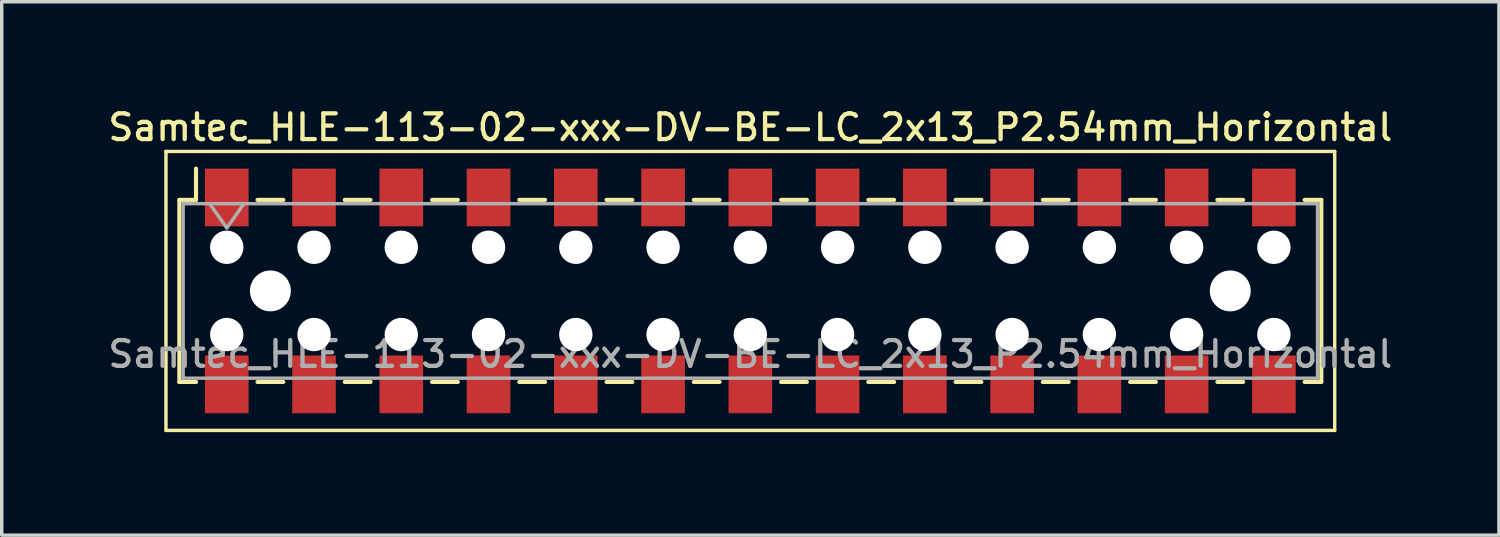
<source format=kicad_pcb>
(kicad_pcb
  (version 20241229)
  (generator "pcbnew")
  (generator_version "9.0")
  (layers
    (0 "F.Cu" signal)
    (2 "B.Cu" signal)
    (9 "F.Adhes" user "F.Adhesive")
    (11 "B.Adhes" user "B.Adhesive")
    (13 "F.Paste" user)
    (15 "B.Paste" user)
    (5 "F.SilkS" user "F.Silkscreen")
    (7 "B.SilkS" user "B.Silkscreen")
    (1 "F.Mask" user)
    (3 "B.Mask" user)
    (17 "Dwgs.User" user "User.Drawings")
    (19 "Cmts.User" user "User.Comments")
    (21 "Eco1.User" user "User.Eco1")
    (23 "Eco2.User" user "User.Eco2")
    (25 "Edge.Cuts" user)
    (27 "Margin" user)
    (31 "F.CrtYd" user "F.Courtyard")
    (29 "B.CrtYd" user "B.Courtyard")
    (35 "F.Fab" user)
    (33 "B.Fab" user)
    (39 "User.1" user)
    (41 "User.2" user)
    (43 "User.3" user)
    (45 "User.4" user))
  (footprint "Samtec_HLE-113-02-xxx-DV-BE-LC_2x13_P2.54mm_Horizontal"
    (layer "F.Cu")
    (at 18.791 5.418)
    (property "Reference" "Samtec_HLE-113-02-xxx-DV-BE-LC_2x13_P2.54mm_Horizontal" (at 0 -4.76 0) (layer "F.SilkS") (effects (font (size 0.75 0.75) (thickness 0.125))))
    (attr smd)
    (fp_line (start -17.01 -4.06) (end 17.01 -4.06) (stroke (width 0.1) (type solid)) (layer "F.SilkS"))
    (fp_line (start -17.01 4.06) (end -17.01 -4.06) (stroke (width 0.1) (type solid)) (layer "F.SilkS"))
    (fp_line (start -16.62 -2.65) (end -16.62 2.65) (stroke (width 0.12) (type solid)) (layer "F.SilkS"))
    (fp_line (start -16.62 2.65) (end -16.135 2.65) (stroke (width 0.12) (type solid)) (layer "F.SilkS"))
    (fp_line (start -16.135 -3.56) (end -16.135 -2.65) (stroke (width 0.12) (type solid)) (layer "F.SilkS"))
    (fp_line (start -16.135 -2.65) (end -16.62 -2.65) (stroke (width 0.12) (type solid)) (layer "F.SilkS"))
    (fp_line (start -14.345 -2.65) (end -13.595 -2.65) (stroke (width 0.12) (type solid)) (layer "F.SilkS"))
    (fp_line (start -14.345 2.65) (end -13.595 2.65) (stroke (width 0.12) (type solid)) (layer "F.SilkS"))
    (fp_line (start -11.805 -2.65) (end -11.055 -2.65) (stroke (width 0.12) (type solid)) (layer "F.SilkS"))
    (fp_line (start -11.805 2.65) (end -11.055 2.65) (stroke (width 0.12) (type solid)) (layer "F.SilkS"))
    (fp_line (start -9.265 -2.65) (end -8.515 -2.65) (stroke (width 0.12) (type solid)) (layer "F.SilkS"))
    (fp_line (start -9.265 2.65) (end -8.515 2.65) (stroke (width 0.12) (type solid)) (layer "F.SilkS"))
    (fp_line (start -6.725 -2.65) (end -5.975 -2.65) (stroke (width 0.12) (type solid)) (layer "F.SilkS"))
    (fp_line (start -6.725 2.65) (end -5.975 2.65) (stroke (width 0.12) (type solid)) (layer "F.SilkS"))
    (fp_line (start -4.185 -2.65) (end -3.435 -2.65) (stroke (width 0.12) (type solid)) (layer "F.SilkS"))
    (fp_line (start -4.185 2.65) (end -3.435 2.65) (stroke (width 0.12) (type solid)) (layer "F.SilkS"))
    (fp_line (start -1.645 -2.65) (end -0.895 -2.65) (stroke (width 0.12) (type solid)) (layer "F.SilkS"))
    (fp_line (start -1.645 2.65) (end -0.895 2.65) (stroke (width 0.12) (type solid)) (layer "F.SilkS"))
    (fp_line (start 0.895 -2.65) (end 1.645 -2.65) (stroke (width 0.12) (type solid)) (layer "F.SilkS"))
    (fp_line (start 0.895 2.65) (end 1.645 2.65) (stroke (width 0.12) (type solid)) (layer "F.SilkS"))
    (fp_line (start 3.435 -2.65) (end 4.185 -2.65) (stroke (width 0.12) (type solid)) (layer "F.SilkS"))
    (fp_line (start 3.435 2.65) (end 4.185 2.65) (stroke (width 0.12) (type solid)) (layer "F.SilkS"))
    (fp_line (start 5.975 -2.65) (end 6.725 -2.65) (stroke (width 0.12) (type solid)) (layer "F.SilkS"))
    (fp_line (start 5.975 2.65) (end 6.725 2.65) (stroke (width 0.12) (type solid)) (layer "F.SilkS"))
    (fp_line (start 8.515 -2.65) (end 9.265 -2.65) (stroke (width 0.12) (type solid)) (layer "F.SilkS"))
    (fp_line (start 8.515 2.65) (end 9.265 2.65) (stroke (width 0.12) (type solid)) (layer "F.SilkS"))
    (fp_line (start 11.055 -2.65) (end 11.805 -2.65) (stroke (width 0.12) (type solid)) (layer "F.SilkS"))
    (fp_line (start 11.055 2.65) (end 11.805 2.65) (stroke (width 0.12) (type solid)) (layer "F.SilkS"))
    (fp_line (start 13.595 -2.65) (end 14.345 -2.65) (stroke (width 0.12) (type solid)) (layer "F.SilkS"))
    (fp_line (start 13.595 2.65) (end 14.345 2.65) (stroke (width 0.12) (type solid)) (layer "F.SilkS"))
    (fp_line (start 16.135 -2.65) (end 16.62 -2.65) (stroke (width 0.12) (type solid)) (layer "F.SilkS"))
    (fp_line (start 16.62 -2.65) (end 16.62 2.65) (stroke (width 0.12) (type solid)) (layer "F.SilkS"))
    (fp_line (start 16.62 2.65) (end 16.135 2.65) (stroke (width 0.12) (type solid)) (layer "F.SilkS"))
    (fp_line (start 17.01 -4.06) (end 17.01 4.06) (stroke (width 0.1) (type solid)) (layer "F.SilkS"))
    (fp_line (start 17.01 4.06) (end -17.01 4.06) (stroke (width 0.1) (type solid)) (layer "F.SilkS"))
    (fp_line (start -16.51 -2.54) (end 16.51 -2.54) (stroke (width 0.1) (type solid)) (layer "F.Fab"))
    (fp_line (start -16.51 2.54) (end -16.51 -2.54) (stroke (width 0.1) (type solid)) (layer "F.Fab"))
    (fp_line (start -15.74 -2.54) (end -15.24 -1.833) (stroke (width 0.1) (type solid)) (layer "F.Fab"))
    (fp_line (start -15.24 -1.833) (end -14.74 -2.54) (stroke (width 0.1) (type solid)) (layer "F.Fab"))
    (fp_line (start 16.51 -2.54) (end 16.51 2.54) (stroke (width 0.1) (type solid)) (layer "F.Fab"))
    (fp_line (start 16.51 2.54) (end -16.51 2.54) (stroke (width 0.1) (type solid)) (layer "F.Fab"))
    (fp_text user "${REFERENCE}" (at 0 1.84 0) (layer "F.Fab") (effects (font (size 0.75 0.75) (thickness 0.125))))
    (pad "" np_thru_hole circle (at -15.24 -1.27) (size 0.97 0.97) (drill 0.97) (layers "*.Cu" "*.Mask"))
    (pad "" np_thru_hole circle (at -15.24 1.27) (size 0.97 0.97) (drill 0.97) (layers "*.Cu" "*.Mask"))
    (pad "" np_thru_hole circle (at -13.97 0) (size 1.19 1.19) (drill 1.19) (layers "*.Cu" "*.Mask"))
    (pad "" np_thru_hole circle (at -12.7 -1.27) (size 0.97 0.97) (drill 0.97) (layers "*.Cu" "*.Mask"))
    (pad "" np_thru_hole circle (at -12.7 1.27) (size 0.97 0.97) (drill 0.97) (layers "*.Cu" "*.Mask"))
    (pad "" np_thru_hole circle (at -10.16 -1.27) (size 0.97 0.97) (drill 0.97) (layers "*.Cu" "*.Mask"))
    (pad "" np_thru_hole circle (at -10.16 1.27) (size 0.97 0.97) (drill 0.97) (layers "*.Cu" "*.Mask"))
    (pad "" np_thru_hole circle (at -7.62 -1.27) (size 0.97 0.97) (drill 0.97) (layers "*.Cu" "*.Mask"))
    (pad "" np_thru_hole circle (at -7.62 1.27) (size 0.97 0.97) (drill 0.97) (layers "*.Cu" "*.Mask"))
    (pad "" np_thru_hole circle (at -5.08 -1.27) (size 0.97 0.97) (drill 0.97) (layers "*.Cu" "*.Mask"))
    (pad "" np_thru_hole circle (at -5.08 1.27) (size 0.97 0.97) (drill 0.97) (layers "*.Cu" "*.Mask"))
    (pad "" np_thru_hole circle (at -2.54 -1.27) (size 0.97 0.97) (drill 0.97) (layers "*.Cu" "*.Mask"))
    (pad "" np_thru_hole circle (at -2.54 1.27) (size 0.97 0.97) (drill 0.97) (layers "*.Cu" "*.Mask"))
    (pad "" np_thru_hole circle (at 0 -1.27) (size 0.97 0.97) (drill 0.97) (layers "*.Cu" "*.Mask"))
    (pad "" np_thru_hole circle (at 0 1.27) (size 0.97 0.97) (drill 0.97) (layers "*.Cu" "*.Mask"))
    (pad "" np_thru_hole circle (at 2.54 -1.27) (size 0.97 0.97) (drill 0.97) (layers "*.Cu" "*.Mask"))
    (pad "" np_thru_hole circle (at 2.54 1.27) (size 0.97 0.97) (drill 0.97) (layers "*.Cu" "*.Mask"))
    (pad "" np_thru_hole circle (at 5.08 -1.27) (size 0.97 0.97) (drill 0.97) (layers "*.Cu" "*.Mask"))
    (pad "" np_thru_hole circle (at 5.08 1.27) (size 0.97 0.97) (drill 0.97) (layers "*.Cu" "*.Mask"))
    (pad "" np_thru_hole circle (at 7.62 -1.27) (size 0.97 0.97) (drill 0.97) (layers "*.Cu" "*.Mask"))
    (pad "" np_thru_hole circle (at 7.62 1.27) (size 0.97 0.97) (drill 0.97) (layers "*.Cu" "*.Mask"))
    (pad "" np_thru_hole circle (at 10.16 -1.27) (size 0.97 0.97) (drill 0.97) (layers "*.Cu" "*.Mask"))
    (pad "" np_thru_hole circle (at 10.16 1.27) (size 0.97 0.97) (drill 0.97) (layers "*.Cu" "*.Mask"))
    (pad "" np_thru_hole circle (at 12.7 -1.27) (size 0.97 0.97) (drill 0.97) (layers "*.Cu" "*.Mask"))
    (pad "" np_thru_hole circle (at 12.7 1.27) (size 0.97 0.97) (drill 0.97) (layers "*.Cu" "*.Mask"))
    (pad "" np_thru_hole circle (at 13.97 0) (size 1.19 1.19) (drill 1.19) (layers "*.Cu" "*.Mask"))
    (pad "" np_thru_hole circle (at 15.24 -1.27) (size 0.97 0.97) (drill 0.97) (layers "*.Cu" "*.Mask"))
    (pad "" np_thru_hole circle (at 15.24 1.27) (size 0.97 0.97) (drill 0.97) (layers "*.Cu" "*.Mask"))
    (pad "1" smd rect (at -15.24 -2.72) (size 1.27 1.68) (layers "F.Cu" "F.Mask" "F.Paste"))
    (pad "2" smd rect (at -15.24 2.72) (size 1.27 1.68) (layers "F.Cu" "F.Mask" "F.Paste"))
    (pad "3" smd rect (at -12.7 -2.72) (size 1.27 1.68) (layers "F.Cu" "F.Mask" "F.Paste"))
    (pad "4" smd rect (at -12.7 2.72) (size 1.27 1.68) (layers "F.Cu" "F.Mask" "F.Paste"))
    (pad "5" smd rect (at -10.16 -2.72) (size 1.27 1.68) (layers "F.Cu" "F.Mask" "F.Paste"))
    (pad "6" smd rect (at -10.16 2.72) (size 1.27 1.68) (layers "F.Cu" "F.Mask" "F.Paste"))
    (pad "7" smd rect (at -7.62 -2.72) (size 1.27 1.68) (layers "F.Cu" "F.Mask" "F.Paste"))
    (pad "8" smd rect (at -7.62 2.72) (size 1.27 1.68) (layers "F.Cu" "F.Mask" "F.Paste"))
    (pad "9" smd rect (at -5.08 -2.72) (size 1.27 1.68) (layers "F.Cu" "F.Mask" "F.Paste"))
    (pad "10" smd rect (at -5.08 2.72) (size 1.27 1.68) (layers "F.Cu" "F.Mask" "F.Paste"))
    (pad "11" smd rect (at -2.54 -2.72) (size 1.27 1.68) (layers "F.Cu" "F.Mask" "F.Paste"))
    (pad "12" smd rect (at -2.54 2.72) (size 1.27 1.68) (layers "F.Cu" "F.Mask" "F.Paste"))
    (pad "13" smd rect (at 0 -2.72) (size 1.27 1.68) (layers "F.Cu" "F.Mask" "F.Paste"))
    (pad "14" smd rect (at 0 2.72) (size 1.27 1.68) (layers "F.Cu" "F.Mask" "F.Paste"))
    (pad "15" smd rect (at 2.54 -2.72) (size 1.27 1.68) (layers "F.Cu" "F.Mask" "F.Paste"))
    (pad "16" smd rect (at 2.54 2.72) (size 1.27 1.68) (layers "F.Cu" "F.Mask" "F.Paste"))
    (pad "17" smd rect (at 5.08 -2.72) (size 1.27 1.68) (layers "F.Cu" "F.Mask" "F.Paste"))
    (pad "18" smd rect (at 5.08 2.72) (size 1.27 1.68) (layers "F.Cu" "F.Mask" "F.Paste"))
    (pad "19" smd rect (at 7.62 -2.72) (size 1.27 1.68) (layers "F.Cu" "F.Mask" "F.Paste"))
    (pad "20" smd rect (at 7.62 2.72) (size 1.27 1.68) (layers "F.Cu" "F.Mask" "F.Paste"))
    (pad "21" smd rect (at 10.16 -2.72) (size 1.27 1.68) (layers "F.Cu" "F.Mask" "F.Paste"))
    (pad "22" smd rect (at 10.16 2.72) (size 1.27 1.68) (layers "F.Cu" "F.Mask" "F.Paste"))
    (pad "23" smd rect (at 12.7 -2.72) (size 1.27 1.68) (layers "F.Cu" "F.Mask" "F.Paste"))
    (pad "24" smd rect (at 12.7 2.72) (size 1.27 1.68) (layers "F.Cu" "F.Mask" "F.Paste"))
    (pad "25" smd rect (at 15.24 -2.72) (size 1.27 1.68) (layers "F.Cu" "F.Mask" "F.Paste"))
    (pad "26" smd rect (at 15.24 2.72) (size 1.27 1.68) (layers "F.Cu" "F.Mask" "F.Paste")))
  (gr_rect
    (start -3 -3)
    (end 40.582 12.528)
    (stroke (width 0.1) (type default))
    (fill no)
    (layer "Edge.Cuts")))
</source>
